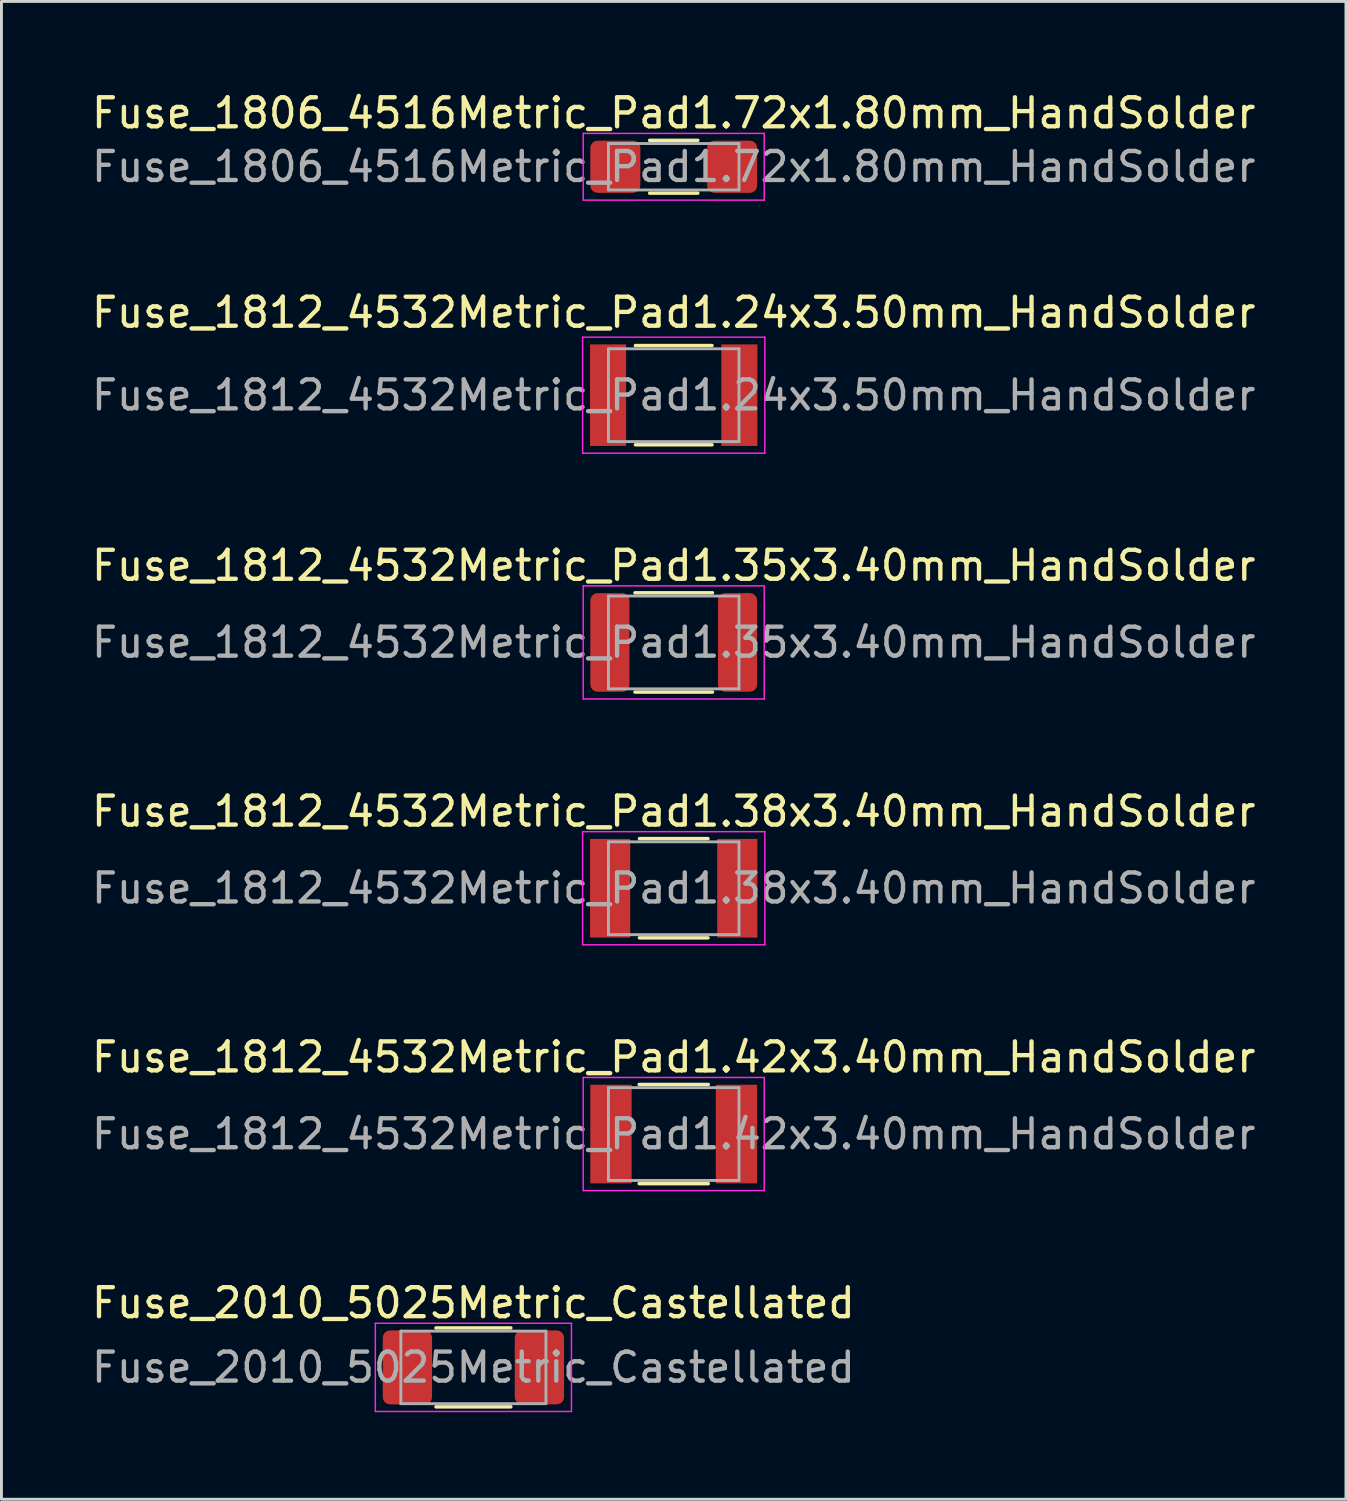
<source format=kicad_pcb>
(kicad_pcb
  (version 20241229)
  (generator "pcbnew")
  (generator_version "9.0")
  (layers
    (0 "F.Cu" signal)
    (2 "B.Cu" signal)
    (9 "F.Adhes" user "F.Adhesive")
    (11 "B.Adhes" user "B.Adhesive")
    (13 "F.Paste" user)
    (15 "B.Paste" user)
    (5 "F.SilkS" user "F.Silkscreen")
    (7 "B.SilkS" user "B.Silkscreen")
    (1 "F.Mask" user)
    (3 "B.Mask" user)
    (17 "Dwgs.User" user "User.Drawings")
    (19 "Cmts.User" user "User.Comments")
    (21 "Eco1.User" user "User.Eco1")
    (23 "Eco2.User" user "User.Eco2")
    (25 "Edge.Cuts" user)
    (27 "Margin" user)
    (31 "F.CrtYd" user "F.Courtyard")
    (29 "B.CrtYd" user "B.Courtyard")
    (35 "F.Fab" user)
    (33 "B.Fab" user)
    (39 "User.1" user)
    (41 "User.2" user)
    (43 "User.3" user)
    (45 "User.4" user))
  (footprint "Fuse_1806_4516Metric_Pad1.72x1.80mm_HandSolder"
    (layer "F.Cu")
    (at 20.173 2.698)
    (property "Reference" "Fuse_1806_4516Metric_Pad1.72x1.80mm_HandSolder" (at 0 -1.85 0) (layer "F.SilkS") (effects (font (size 1 1) (thickness 0.15))))
    (attr smd)
    (fp_line (start -0.83 -0.91) (end 0.83 -0.91) (stroke (width 0.12) (type solid)) (layer "F.SilkS"))
    (fp_line (start -0.83 0.91) (end 0.83 0.91) (stroke (width 0.12) (type solid)) (layer "F.SilkS"))
    (fp_line (start -3.12 -1.15) (end 3.12 -1.15) (stroke (width 0.05) (type solid)) (layer "F.CrtYd"))
    (fp_line (start -3.12 1.15) (end -3.12 -1.15) (stroke (width 0.05) (type solid)) (layer "F.CrtYd"))
    (fp_line (start 3.12 -1.15) (end 3.12 1.15) (stroke (width 0.05) (type solid)) (layer "F.CrtYd"))
    (fp_line (start 3.12 1.15) (end -3.12 1.15) (stroke (width 0.05) (type solid)) (layer "F.CrtYd"))
    (fp_line (start -2.25 -0.8) (end 2.25 -0.8) (stroke (width 0.1) (type solid)) (layer "F.Fab"))
    (fp_line (start -2.25 0.8) (end -2.25 -0.8) (stroke (width 0.1) (type solid)) (layer "F.Fab"))
    (fp_line (start 2.25 -0.8) (end 2.25 0.8) (stroke (width 0.1) (type solid)) (layer "F.Fab"))
    (fp_line (start 2.25 0.8) (end -2.25 0.8) (stroke (width 0.1) (type solid)) (layer "F.Fab"))
    (fp_text user "${REFERENCE}" (at 0 0 0) (layer "F.Fab") (effects (font (size 1 1) (thickness 0.15))))
    (pad "1" smd roundrect (at -2.013 0) (size 1.725 1.8) (layers "F.Cu" "F.Mask" "F.Paste") (roundrect_rratio 0.145))
    (pad "2" smd roundrect (at 2.013 0) (size 1.725 1.8) (layers "F.Cu" "F.Mask" "F.Paste") (roundrect_rratio 0.145)))
  (footprint "Fuse_2010_5025Metric_Castellated"
    (layer "F.Cu")
    (at 13.268 44.084)
    (property "Reference" "Fuse_2010_5025Metric_Castellated" (at 0 -2.22 0) (layer "F.SilkS") (effects (font (size 1 1) (thickness 0.15))))
    (attr smd)
    (fp_line (start -1.29 -1.36) (end 1.29 -1.36) (stroke (width 0.12) (type solid)) (layer "F.SilkS"))
    (fp_line (start -1.29 1.36) (end 1.29 1.36) (stroke (width 0.12) (type solid)) (layer "F.SilkS"))
    (fp_line (start -3.38 -1.52) (end 3.38 -1.52) (stroke (width 0.05) (type solid)) (layer "F.CrtYd"))
    (fp_line (start -3.38 1.52) (end -3.38 -1.52) (stroke (width 0.05) (type solid)) (layer "F.CrtYd"))
    (fp_line (start 3.38 -1.52) (end 3.38 1.52) (stroke (width 0.05) (type solid)) (layer "F.CrtYd"))
    (fp_line (start 3.38 1.52) (end -3.38 1.52) (stroke (width 0.05) (type solid)) (layer "F.CrtYd"))
    (fp_line (start -2.5 -1.25) (end 2.5 -1.25) (stroke (width 0.1) (type solid)) (layer "F.Fab"))
    (fp_line (start -2.5 1.25) (end -2.5 -1.25) (stroke (width 0.1) (type solid)) (layer "F.Fab"))
    (fp_line (start 2.5 -1.25) (end 2.5 1.25) (stroke (width 0.1) (type solid)) (layer "F.Fab"))
    (fp_line (start 2.5 1.25) (end -2.5 1.25) (stroke (width 0.1) (type solid)) (layer "F.Fab"))
    (fp_text user "${REFERENCE}" (at 0 0 0) (layer "F.Fab") (effects (font (size 1 1) (thickness 0.15))))
    (pad "1" smd roundrect (at -2.275 0) (size 1.7 2.55) (layers "F.Cu" "F.Mask" "F.Paste") (roundrect_rratio 0.147))
    (pad "2" smd roundrect (at 2.275 0) (size 1.7 2.55) (layers "F.Cu" "F.Mask" "F.Paste") (roundrect_rratio 0.147)))
  (footprint "Fuse_1812_4532Metric_Pad1.42x3.40mm_HandSolder"
    (layer "F.Cu")
    (at 20.173 36.041)
    (property "Reference" "Fuse_1812_4532Metric_Pad1.42x3.40mm_HandSolder" (at 0 -2.65 0) (layer "F.SilkS") (effects (font (size 1 1) (thickness 0.15))))
    (attr smd)
    (fp_line (start -1.19 -1.71) (end 1.19 -1.71) (stroke (width 0.12) (type solid)) (layer "F.SilkS"))
    (fp_line (start -1.19 1.71) (end 1.19 1.71) (stroke (width 0.12) (type solid)) (layer "F.SilkS"))
    (fp_line (start -3.12 -1.95) (end 3.12 -1.95) (stroke (width 0.05) (type solid)) (layer "F.CrtYd"))
    (fp_line (start -3.12 1.95) (end -3.12 -1.95) (stroke (width 0.05) (type solid)) (layer "F.CrtYd"))
    (fp_line (start 3.12 -1.95) (end 3.12 1.95) (stroke (width 0.05) (type solid)) (layer "F.CrtYd"))
    (fp_line (start 3.12 1.95) (end -3.12 1.95) (stroke (width 0.05) (type solid)) (layer "F.CrtYd"))
    (fp_line (start -2.25 -1.6) (end 2.25 -1.6) (stroke (width 0.1) (type solid)) (layer "F.Fab"))
    (fp_line (start -2.25 1.6) (end -2.25 -1.6) (stroke (width 0.1) (type solid)) (layer "F.Fab"))
    (fp_line (start 2.25 -1.6) (end 2.25 1.6) (stroke (width 0.1) (type solid)) (layer "F.Fab"))
    (fp_line (start 2.25 1.6) (end -2.25 1.6) (stroke (width 0.1) (type solid)) (layer "F.Fab"))
    (fp_text user "${REFERENCE}" (at 0 0 0) (layer "F.Fab") (effects (font (size 1 1) (thickness 0.15))))
    (pad "1" smd rect (at -2.163 0) (size 1.425 3.4) (layers "F.Cu" "F.Mask" "F.Paste"))
    (pad "2" smd rect (at 2.163 0) (size 1.425 3.4) (layers "F.Cu" "F.Mask" "F.Paste")))
  (footprint "Fuse_1812_4532Metric_Pad1.35x3.40mm_HandSolder"
    (layer "F.Cu")
    (at 20.173 19.095)
    (property "Reference" "Fuse_1812_4532Metric_Pad1.35x3.40mm_HandSolder" (at 0 -2.65 0) (layer "F.SilkS") (effects (font (size 1 1) (thickness 0.15))))
    (attr smd)
    (fp_line (start -1.336 -1.71) (end 1.336 -1.71) (stroke (width 0.12) (type solid)) (layer "F.SilkS"))
    (fp_line (start -1.336 1.71) (end 1.336 1.71) (stroke (width 0.12) (type solid)) (layer "F.SilkS"))
    (fp_line (start -3.12 -1.95) (end 3.12 -1.95) (stroke (width 0.05) (type solid)) (layer "F.CrtYd"))
    (fp_line (start -3.12 1.95) (end -3.12 -1.95) (stroke (width 0.05) (type solid)) (layer "F.CrtYd"))
    (fp_line (start 3.12 -1.95) (end 3.12 1.95) (stroke (width 0.05) (type solid)) (layer "F.CrtYd"))
    (fp_line (start 3.12 1.95) (end -3.12 1.95) (stroke (width 0.05) (type solid)) (layer "F.CrtYd"))
    (fp_line (start -2.25 -1.6) (end 2.25 -1.6) (stroke (width 0.1) (type solid)) (layer "F.Fab"))
    (fp_line (start -2.25 1.6) (end -2.25 -1.6) (stroke (width 0.1) (type solid)) (layer "F.Fab"))
    (fp_line (start 2.25 -1.6) (end 2.25 1.6) (stroke (width 0.1) (type solid)) (layer "F.Fab"))
    (fp_line (start 2.25 1.6) (end -2.25 1.6) (stroke (width 0.1) (type solid)) (layer "F.Fab"))
    (fp_text user "${REFERENCE}" (at 0 0 0) (layer "F.Fab") (effects (font (size 1 1) (thickness 0.15))))
    (pad "1" smd roundrect (at -2.2 0) (size 1.35 3.4) (layers "F.Cu" "F.Mask" "F.Paste") (roundrect_rratio 0.185))
    (pad "2" smd roundrect (at 2.2 0) (size 1.35 3.4) (layers "F.Cu" "F.Mask" "F.Paste") (roundrect_rratio 0.185)))
  (footprint "Fuse_1812_4532Metric_Pad1.38x3.40mm_HandSolder"
    (layer "F.Cu")
    (at 20.173 27.568)
    (property "Reference" "Fuse_1812_4532Metric_Pad1.38x3.40mm_HandSolder" (at 0 -2.65 0) (layer "F.SilkS") (effects (font (size 1 1) (thickness 0.15))))
    (attr smd)
    (fp_line (start -1.18 -1.71) (end 1.18 -1.71) (stroke (width 0.12) (type solid)) (layer "F.SilkS"))
    (fp_line (start -1.18 1.71) (end 1.18 1.71) (stroke (width 0.12) (type solid)) (layer "F.SilkS"))
    (fp_line (start -3.14 -1.95) (end 3.14 -1.95) (stroke (width 0.05) (type solid)) (layer "F.CrtYd"))
    (fp_line (start -3.14 1.95) (end -3.14 -1.95) (stroke (width 0.05) (type solid)) (layer "F.CrtYd"))
    (fp_line (start 3.14 -1.95) (end 3.14 1.95) (stroke (width 0.05) (type solid)) (layer "F.CrtYd"))
    (fp_line (start 3.14 1.95) (end -3.14 1.95) (stroke (width 0.05) (type solid)) (layer "F.CrtYd"))
    (fp_line (start -2.25 -1.6) (end 2.25 -1.6) (stroke (width 0.1) (type solid)) (layer "F.Fab"))
    (fp_line (start -2.25 1.6) (end -2.25 -1.6) (stroke (width 0.1) (type solid)) (layer "F.Fab"))
    (fp_line (start 2.25 -1.6) (end 2.25 1.6) (stroke (width 0.1) (type solid)) (layer "F.Fab"))
    (fp_line (start 2.25 1.6) (end -2.25 1.6) (stroke (width 0.1) (type solid)) (layer "F.Fab"))
    (fp_text user "${REFERENCE}" (at 0 0 0) (layer "F.Fab") (effects (font (size 1 1) (thickness 0.15))))
    (pad "1" smd rect (at -2.192 0) (size 1.385 3.4) (layers "F.Cu" "F.Mask" "F.Paste"))
    (pad "2" smd rect (at 2.192 0) (size 1.385 3.4) (layers "F.Cu" "F.Mask" "F.Paste")))
  (footprint "Fuse_1812_4532Metric_Pad1.24x3.50mm_HandSolder"
    (layer "F.Cu")
    (at 20.173 10.572)
    (property "Reference" "Fuse_1812_4532Metric_Pad1.24x3.50mm_HandSolder" (at 0 -2.85 0) (layer "F.SilkS") (effects (font (size 1 1) (thickness 0.15))))
    (attr smd)
    (fp_line (start -1.32 -1.71) (end 1.32 -1.71) (stroke (width 0.12) (type solid)) (layer "F.SilkS"))
    (fp_line (start -1.32 1.71) (end 1.32 1.71) (stroke (width 0.12) (type solid)) (layer "F.SilkS"))
    (fp_line (start -3.14 -2) (end 3.14 -2) (stroke (width 0.05) (type solid)) (layer "F.CrtYd"))
    (fp_line (start -3.14 2) (end -3.14 -2) (stroke (width 0.05) (type solid)) (layer "F.CrtYd"))
    (fp_line (start 3.14 -2) (end 3.14 2) (stroke (width 0.05) (type solid)) (layer "F.CrtYd"))
    (fp_line (start 3.14 2) (end -3.14 2) (stroke (width 0.05) (type solid)) (layer "F.CrtYd"))
    (fp_line (start -2.25 -1.6) (end 2.25 -1.6) (stroke (width 0.1) (type solid)) (layer "F.Fab"))
    (fp_line (start -2.25 1.6) (end -2.25 -1.6) (stroke (width 0.1) (type solid)) (layer "F.Fab"))
    (fp_line (start 2.25 -1.6) (end 2.25 1.6) (stroke (width 0.1) (type solid)) (layer "F.Fab"))
    (fp_line (start 2.25 1.6) (end -2.25 1.6) (stroke (width 0.1) (type solid)) (layer "F.Fab"))
    (fp_text user "${REFERENCE}" (at 0 0 0) (layer "F.Fab") (effects (font (size 1 1) (thickness 0.15))))
    (pad "1" smd rect (at -2.263 0) (size 1.245 3.5) (layers "F.Cu" "F.Mask" "F.Paste"))
    (pad "2" smd rect (at 2.263 0) (size 1.245 3.5) (layers "F.Cu" "F.Mask" "F.Paste")))
  (gr_rect
    (start -3 -3)
    (end 43.345 48.63)
    (stroke (width 0.1) (type default))
    (fill no)
    (layer "Edge.Cuts")))
</source>
